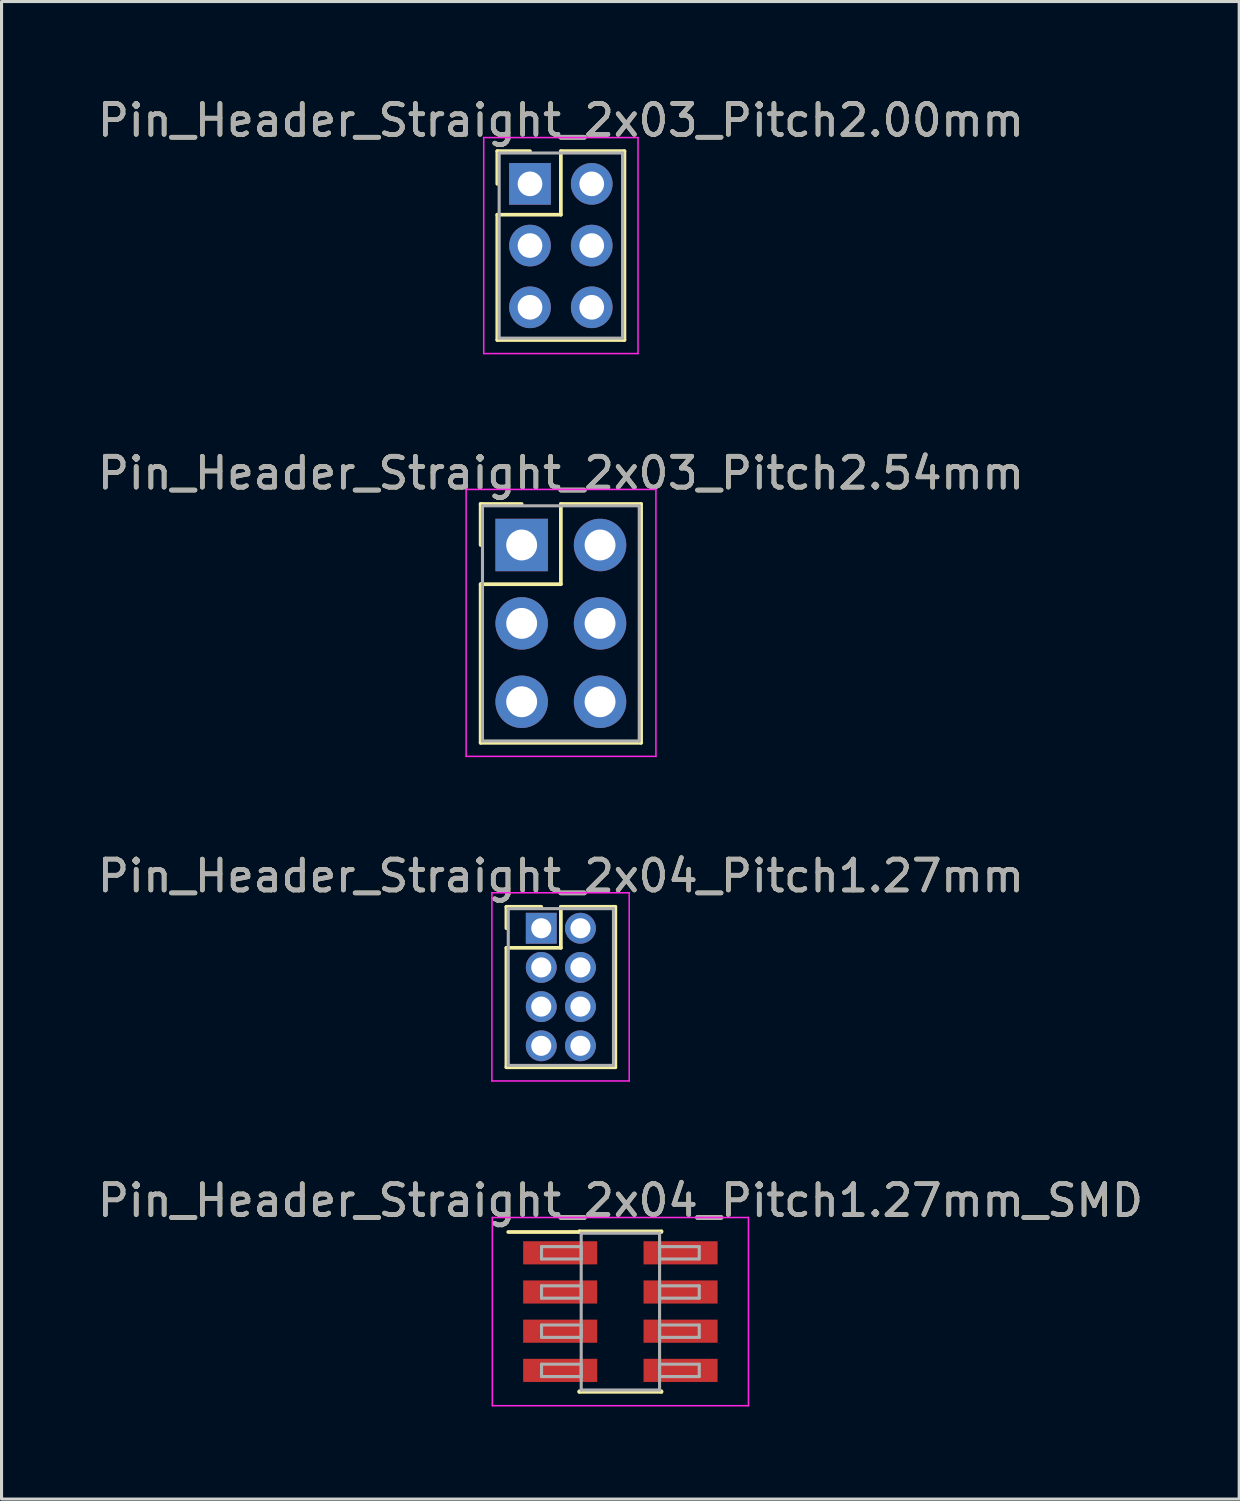
<source format=kicad_pcb>
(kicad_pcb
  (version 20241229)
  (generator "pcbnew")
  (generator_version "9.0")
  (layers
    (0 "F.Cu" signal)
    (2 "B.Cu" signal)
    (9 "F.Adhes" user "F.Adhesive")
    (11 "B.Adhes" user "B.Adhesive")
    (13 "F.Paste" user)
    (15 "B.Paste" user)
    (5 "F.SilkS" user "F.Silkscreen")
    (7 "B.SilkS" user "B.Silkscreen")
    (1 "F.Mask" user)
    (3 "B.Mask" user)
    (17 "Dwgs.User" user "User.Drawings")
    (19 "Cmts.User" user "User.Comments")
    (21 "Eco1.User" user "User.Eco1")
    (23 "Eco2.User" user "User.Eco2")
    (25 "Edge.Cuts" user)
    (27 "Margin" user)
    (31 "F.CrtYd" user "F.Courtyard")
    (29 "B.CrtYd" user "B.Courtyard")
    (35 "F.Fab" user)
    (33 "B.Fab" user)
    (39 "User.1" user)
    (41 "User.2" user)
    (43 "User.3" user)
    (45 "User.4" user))
  (footprint "Pin_Header_Straight_2x03_Pitch2.00mm"
    (layer "F.Cu")
    (at 14.125 2.908)
    (property "Reference" "Pin_Header_Straight_2x03_Pitch2.00mm" (at 1 -2.06 0) (layer "F.SilkS") (effects (font (size 1 1) (thickness 0.15))))
    (attr through_hole)
    (fp_line (start -1.06 -1.06) (end 0 -1.06) (stroke (width 0.12) (type solid)) (layer "F.SilkS"))
    (fp_line (start -1.06 0) (end -1.06 -1.06) (stroke (width 0.12) (type solid)) (layer "F.SilkS"))
    (fp_line (start -1.06 1) (end -1.06 5.06) (stroke (width 0.12) (type solid)) (layer "F.SilkS"))
    (fp_line (start -1.06 5.06) (end 3.06 5.06) (stroke (width 0.12) (type solid)) (layer "F.SilkS"))
    (fp_line (start 1 -1.06) (end 1 1) (stroke (width 0.12) (type solid)) (layer "F.SilkS"))
    (fp_line (start 1 1) (end -1.06 1) (stroke (width 0.12) (type solid)) (layer "F.SilkS"))
    (fp_line (start 3.06 -1.06) (end 1 -1.06) (stroke (width 0.12) (type solid)) (layer "F.SilkS"))
    (fp_line (start 3.06 5.06) (end 3.06 -1.06) (stroke (width 0.12) (type solid)) (layer "F.SilkS"))
    (fp_line (start -1.5 -1.5) (end -1.5 5.5) (stroke (width 0.05) (type solid)) (layer "F.CrtYd"))
    (fp_line (start -1.5 5.5) (end 3.5 5.5) (stroke (width 0.05) (type solid)) (layer "F.CrtYd"))
    (fp_line (start 3.5 -1.5) (end -1.5 -1.5) (stroke (width 0.05) (type solid)) (layer "F.CrtYd"))
    (fp_line (start 3.5 5.5) (end 3.5 -1.5) (stroke (width 0.05) (type solid)) (layer "F.CrtYd"))
    (fp_line (start -1 -1) (end -1 5) (stroke (width 0.1) (type solid)) (layer "F.Fab"))
    (fp_line (start -1 5) (end 3 5) (stroke (width 0.1) (type solid)) (layer "F.Fab"))
    (fp_line (start 3 -1) (end -1 -1) (stroke (width 0.1) (type solid)) (layer "F.Fab"))
    (fp_line (start 3 5) (end 3 -1) (stroke (width 0.1) (type solid)) (layer "F.Fab"))
    (fp_text user "${REFERENCE}" (at 1 -2.06 0) (layer "F.Fab") (effects (font (size 1 1) (thickness 0.15))))
    (pad "1" thru_hole rect (at 0 0) (size 1.35 1.35) (drill 0.8) (layers "*.Cu" "*.Mask"))
    (pad "2" thru_hole oval (at 2 0) (size 1.35 1.35) (drill 0.8) (layers "*.Cu" "*.Mask"))
    (pad "3" thru_hole oval (at 0 2) (size 1.35 1.35) (drill 0.8) (layers "*.Cu" "*.Mask"))
    (pad "4" thru_hole oval (at 2 2) (size 1.35 1.35) (drill 0.8) (layers "*.Cu" "*.Mask"))
    (pad "5" thru_hole oval (at 0 4) (size 1.35 1.35) (drill 0.8) (layers "*.Cu" "*.Mask"))
    (pad "6" thru_hole oval (at 2 4) (size 1.35 1.35) (drill 0.8) (layers "*.Cu" "*.Mask")))
  (footprint "Pin_Header_Straight_2x03_Pitch2.54mm"
    (layer "F.Cu")
    (at 13.855 14.611)
    (property "Reference" "Pin_Header_Straight_2x03_Pitch2.54mm" (at 1.27 -2.33 0) (layer "F.SilkS") (effects (font (size 1 1) (thickness 0.15))))
    (attr through_hole)
    (fp_line (start -1.33 -1.33) (end 0 -1.33) (stroke (width 0.12) (type solid)) (layer "F.SilkS"))
    (fp_line (start -1.33 0) (end -1.33 -1.33) (stroke (width 0.12) (type solid)) (layer "F.SilkS"))
    (fp_line (start -1.33 1.27) (end -1.33 6.41) (stroke (width 0.12) (type solid)) (layer "F.SilkS"))
    (fp_line (start -1.33 6.41) (end 3.87 6.41) (stroke (width 0.12) (type solid)) (layer "F.SilkS"))
    (fp_line (start 1.27 -1.33) (end 1.27 1.27) (stroke (width 0.12) (type solid)) (layer "F.SilkS"))
    (fp_line (start 1.27 1.27) (end -1.33 1.27) (stroke (width 0.12) (type solid)) (layer "F.SilkS"))
    (fp_line (start 3.87 -1.33) (end 1.27 -1.33) (stroke (width 0.12) (type solid)) (layer "F.SilkS"))
    (fp_line (start 3.87 6.41) (end 3.87 -1.33) (stroke (width 0.12) (type solid)) (layer "F.SilkS"))
    (fp_line (start -1.8 -1.8) (end -1.8 6.85) (stroke (width 0.05) (type solid)) (layer "F.CrtYd"))
    (fp_line (start -1.8 6.85) (end 4.35 6.85) (stroke (width 0.05) (type solid)) (layer "F.CrtYd"))
    (fp_line (start 4.35 -1.8) (end -1.8 -1.8) (stroke (width 0.05) (type solid)) (layer "F.CrtYd"))
    (fp_line (start 4.35 6.85) (end 4.35 -1.8) (stroke (width 0.05) (type solid)) (layer "F.CrtYd"))
    (fp_line (start -1.27 -1.27) (end -1.27 6.35) (stroke (width 0.1) (type solid)) (layer "F.Fab"))
    (fp_line (start -1.27 6.35) (end 3.81 6.35) (stroke (width 0.1) (type solid)) (layer "F.Fab"))
    (fp_line (start 3.81 -1.27) (end -1.27 -1.27) (stroke (width 0.1) (type solid)) (layer "F.Fab"))
    (fp_line (start 3.81 6.35) (end 3.81 -1.27) (stroke (width 0.1) (type solid)) (layer "F.Fab"))
    (fp_text user "${REFERENCE}" (at 1.27 -2.33 0) (layer "F.Fab") (effects (font (size 1 1) (thickness 0.15))))
    (pad "1" thru_hole rect (at 0 0) (size 1.7 1.7) (drill 1) (layers "*.Cu" "*.Mask"))
    (pad "2" thru_hole oval (at 2.54 0) (size 1.7 1.7) (drill 1) (layers "*.Cu" "*.Mask"))
    (pad "3" thru_hole oval (at 0 2.54) (size 1.7 1.7) (drill 1) (layers "*.Cu" "*.Mask"))
    (pad "4" thru_hole oval (at 2.54 2.54) (size 1.7 1.7) (drill 1) (layers "*.Cu" "*.Mask"))
    (pad "5" thru_hole oval (at 0 5.08) (size 1.7 1.7) (drill 1) (layers "*.Cu" "*.Mask"))
    (pad "6" thru_hole oval (at 2.54 5.08) (size 1.7 1.7) (drill 1) (layers "*.Cu" "*.Mask")))
  (footprint "Pin_Header_Straight_2x04_Pitch1.27mm_SMD"
    (layer "F.Cu")
    (at 17.054 39.453)
    (property "Reference" "Pin_Header_Straight_2x04_Pitch1.27mm_SMD" (at 0 -3.6 0) (layer "F.SilkS") (effects (font (size 1 1) (thickness 0.15))))
    (attr smd)
    (fp_line (start -3.635 -2.58) (end -1.33 -2.58) (stroke (width 0.12) (type solid)) (layer "F.SilkS"))
    (fp_line (start -1.33 -2.6) (end 1.33 -2.6) (stroke (width 0.12) (type solid)) (layer "F.SilkS"))
    (fp_line (start -1.33 -2.58) (end -1.33 -2.6) (stroke (width 0.12) (type solid)) (layer "F.SilkS"))
    (fp_line (start -1.33 2.58) (end -1.33 2.6) (stroke (width 0.12) (type solid)) (layer "F.SilkS"))
    (fp_line (start -1.33 2.6) (end 1.33 2.6) (stroke (width 0.12) (type solid)) (layer "F.SilkS"))
    (fp_line (start 1.33 -2.6) (end 1.33 -2.58) (stroke (width 0.12) (type solid)) (layer "F.SilkS"))
    (fp_line (start 1.33 2.6) (end 1.33 2.58) (stroke (width 0.12) (type solid)) (layer "F.SilkS"))
    (fp_line (start -4.15 -3.05) (end -4.15 3.05) (stroke (width 0.05) (type solid)) (layer "F.CrtYd"))
    (fp_line (start -4.15 3.05) (end 4.15 3.05) (stroke (width 0.05) (type solid)) (layer "F.CrtYd"))
    (fp_line (start 4.15 -3.05) (end -4.15 -3.05) (stroke (width 0.05) (type solid)) (layer "F.CrtYd"))
    (fp_line (start 4.15 3.05) (end 4.15 -3.05) (stroke (width 0.05) (type solid)) (layer "F.CrtYd"))
    (fp_line (start -2.555 -2.105) (end -1.27 -2.105) (stroke (width 0.1) (type solid)) (layer "F.Fab"))
    (fp_line (start -2.555 -1.705) (end -2.555 -2.105) (stroke (width 0.1) (type solid)) (layer "F.Fab"))
    (fp_line (start -2.555 -0.835) (end -1.27 -0.835) (stroke (width 0.1) (type solid)) (layer "F.Fab"))
    (fp_line (start -2.555 -0.435) (end -2.555 -0.835) (stroke (width 0.1) (type solid)) (layer "F.Fab"))
    (fp_line (start -2.555 0.435) (end -1.27 0.435) (stroke (width 0.1) (type solid)) (layer "F.Fab"))
    (fp_line (start -2.555 0.835) (end -2.555 0.435) (stroke (width 0.1) (type solid)) (layer "F.Fab"))
    (fp_line (start -2.555 1.705) (end -1.27 1.705) (stroke (width 0.1) (type solid)) (layer "F.Fab"))
    (fp_line (start -2.555 2.105) (end -2.555 1.705) (stroke (width 0.1) (type solid)) (layer "F.Fab"))
    (fp_line (start -1.27 -2.54) (end -1.27 2.54) (stroke (width 0.1) (type solid)) (layer "F.Fab"))
    (fp_line (start -1.27 -2.105) (end -1.27 -1.705) (stroke (width 0.1) (type solid)) (layer "F.Fab"))
    (fp_line (start -1.27 -1.705) (end -2.555 -1.705) (stroke (width 0.1) (type solid)) (layer "F.Fab"))
    (fp_line (start -1.27 -0.835) (end -1.27 -0.435) (stroke (width 0.1) (type solid)) (layer "F.Fab"))
    (fp_line (start -1.27 -0.435) (end -2.555 -0.435) (stroke (width 0.1) (type solid)) (layer "F.Fab"))
    (fp_line (start -1.27 0.435) (end -1.27 0.835) (stroke (width 0.1) (type solid)) (layer "F.Fab"))
    (fp_line (start -1.27 0.835) (end -2.555 0.835) (stroke (width 0.1) (type solid)) (layer "F.Fab"))
    (fp_line (start -1.27 1.705) (end -1.27 2.105) (stroke (width 0.1) (type solid)) (layer "F.Fab"))
    (fp_line (start -1.27 2.105) (end -2.555 2.105) (stroke (width 0.1) (type solid)) (layer "F.Fab"))
    (fp_line (start -1.27 2.54) (end 1.27 2.54) (stroke (width 0.1) (type solid)) (layer "F.Fab"))
    (fp_line (start 1.27 -2.54) (end -1.27 -2.54) (stroke (width 0.1) (type solid)) (layer "F.Fab"))
    (fp_line (start 1.27 -2.105) (end 1.27 -1.705) (stroke (width 0.1) (type solid)) (layer "F.Fab"))
    (fp_line (start 1.27 -1.705) (end 2.555 -1.705) (stroke (width 0.1) (type solid)) (layer "F.Fab"))
    (fp_line (start 1.27 -0.835) (end 1.27 -0.435) (stroke (width 0.1) (type solid)) (layer "F.Fab"))
    (fp_line (start 1.27 -0.435) (end 2.555 -0.435) (stroke (width 0.1) (type solid)) (layer "F.Fab"))
    (fp_line (start 1.27 0.435) (end 1.27 0.835) (stroke (width 0.1) (type solid)) (layer "F.Fab"))
    (fp_line (start 1.27 0.835) (end 2.555 0.835) (stroke (width 0.1) (type solid)) (layer "F.Fab"))
    (fp_line (start 1.27 1.705) (end 1.27 2.105) (stroke (width 0.1) (type solid)) (layer "F.Fab"))
    (fp_line (start 1.27 2.105) (end 2.555 2.105) (stroke (width 0.1) (type solid)) (layer "F.Fab"))
    (fp_line (start 1.27 2.54) (end 1.27 -2.54) (stroke (width 0.1) (type solid)) (layer "F.Fab"))
    (fp_line (start 2.555 -2.105) (end 1.27 -2.105) (stroke (width 0.1) (type solid)) (layer "F.Fab"))
    (fp_line (start 2.555 -1.705) (end 2.555 -2.105) (stroke (width 0.1) (type solid)) (layer "F.Fab"))
    (fp_line (start 2.555 -0.835) (end 1.27 -0.835) (stroke (width 0.1) (type solid)) (layer "F.Fab"))
    (fp_line (start 2.555 -0.435) (end 2.555 -0.835) (stroke (width 0.1) (type solid)) (layer "F.Fab"))
    (fp_line (start 2.555 0.435) (end 1.27 0.435) (stroke (width 0.1) (type solid)) (layer "F.Fab"))
    (fp_line (start 2.555 0.835) (end 2.555 0.435) (stroke (width 0.1) (type solid)) (layer "F.Fab"))
    (fp_line (start 2.555 1.705) (end 1.27 1.705) (stroke (width 0.1) (type solid)) (layer "F.Fab"))
    (fp_line (start 2.555 2.105) (end 2.555 1.705) (stroke (width 0.1) (type solid)) (layer "F.Fab"))
    (fp_text user "${REFERENCE}" (at 0 -3.6 0) (layer "F.Fab") (effects (font (size 1 1) (thickness 0.15))))
    (pad "1" smd rect (at -1.95 -1.905) (size 2.4 0.75) (layers "F.Cu" "F.Mask" "F.Paste"))
    (pad "2" smd rect (at 1.95 -1.905) (size 2.4 0.75) (layers "F.Cu" "F.Mask" "F.Paste"))
    (pad "3" smd rect (at -1.95 -0.635) (size 2.4 0.75) (layers "F.Cu" "F.Mask" "F.Paste"))
    (pad "4" smd rect (at 1.95 -0.635) (size 2.4 0.75) (layers "F.Cu" "F.Mask" "F.Paste"))
    (pad "5" smd rect (at -1.95 0.635) (size 2.4 0.75) (layers "F.Cu" "F.Mask" "F.Paste"))
    (pad "6" smd rect (at 1.95 0.635) (size 2.4 0.75) (layers "F.Cu" "F.Mask" "F.Paste"))
    (pad "7" smd rect (at -1.95 1.905) (size 2.4 0.75) (layers "F.Cu" "F.Mask" "F.Paste"))
    (pad "8" smd rect (at 1.95 1.905) (size 2.4 0.75) (layers "F.Cu" "F.Mask" "F.Paste")))
  (footprint "Pin_Header_Straight_2x04_Pitch1.27mm"
    (layer "F.Cu")
    (at 14.49 27.03)
    (property "Reference" "Pin_Header_Straight_2x04_Pitch1.27mm" (at 0.635 -1.695 0) (layer "F.SilkS") (effects (font (size 1 1) (thickness 0.15))))
    (attr through_hole)
    (fp_line (start -1.13 -0.695) (end 0 -0.695) (stroke (width 0.12) (type solid)) (layer "F.SilkS"))
    (fp_line (start -1.13 0) (end -1.13 -0.695) (stroke (width 0.12) (type solid)) (layer "F.SilkS"))
    (fp_line (start -1.13 0.635) (end -1.13 4.505) (stroke (width 0.12) (type solid)) (layer "F.SilkS"))
    (fp_line (start -1.13 4.505) (end 2.4 4.505) (stroke (width 0.12) (type solid)) (layer "F.SilkS"))
    (fp_line (start 0.635 -0.695) (end 0.635 0.635) (stroke (width 0.12) (type solid)) (layer "F.SilkS"))
    (fp_line (start 0.635 0.635) (end -1.13 0.635) (stroke (width 0.12) (type solid)) (layer "F.SilkS"))
    (fp_line (start 2.4 -0.695) (end 0.635 -0.695) (stroke (width 0.12) (type solid)) (layer "F.SilkS"))
    (fp_line (start 2.4 4.505) (end 2.4 -0.695) (stroke (width 0.12) (type solid)) (layer "F.SilkS"))
    (fp_line (start -1.6 -1.15) (end -1.6 4.95) (stroke (width 0.05) (type solid)) (layer "F.CrtYd"))
    (fp_line (start -1.6 4.95) (end 2.85 4.95) (stroke (width 0.05) (type solid)) (layer "F.CrtYd"))
    (fp_line (start 2.85 -1.15) (end -1.6 -1.15) (stroke (width 0.05) (type solid)) (layer "F.CrtYd"))
    (fp_line (start 2.85 4.95) (end 2.85 -1.15) (stroke (width 0.05) (type solid)) (layer "F.CrtYd"))
    (fp_line (start -1.07 -0.635) (end -1.07 4.445) (stroke (width 0.1) (type solid)) (layer "F.Fab"))
    (fp_line (start -1.07 4.445) (end 2.34 4.445) (stroke (width 0.1) (type solid)) (layer "F.Fab"))
    (fp_line (start 2.34 -0.635) (end -1.07 -0.635) (stroke (width 0.1) (type solid)) (layer "F.Fab"))
    (fp_line (start 2.34 4.445) (end 2.34 -0.635) (stroke (width 0.1) (type solid)) (layer "F.Fab"))
    (fp_text user "${REFERENCE}" (at 0.635 -1.695 0) (layer "F.Fab") (effects (font (size 1 1) (thickness 0.15))))
    (pad "1" thru_hole rect (at 0 0) (size 1 1) (drill 0.65) (layers "*.Cu" "*.Mask"))
    (pad "2" thru_hole oval (at 1.27 0) (size 1 1) (drill 0.65) (layers "*.Cu" "*.Mask"))
    (pad "3" thru_hole oval (at 0 1.27) (size 1 1) (drill 0.65) (layers "*.Cu" "*.Mask"))
    (pad "4" thru_hole oval (at 1.27 1.27) (size 1 1) (drill 0.65) (layers "*.Cu" "*.Mask"))
    (pad "5" thru_hole oval (at 0 2.54) (size 1 1) (drill 0.65) (layers "*.Cu" "*.Mask"))
    (pad "6" thru_hole oval (at 1.27 2.54) (size 1 1) (drill 0.65) (layers "*.Cu" "*.Mask"))
    (pad "7" thru_hole oval (at 0 3.81) (size 1 1) (drill 0.65) (layers "*.Cu" "*.Mask"))
    (pad "8" thru_hole oval (at 1.27 3.81) (size 1 1) (drill 0.65) (layers "*.Cu" "*.Mask")))
  (gr_rect
    (start -3 -3)
    (end 37.107 45.528)
    (stroke (width 0.1) (type default))
    (fill no)
    (layer "Edge.Cuts")))
</source>
